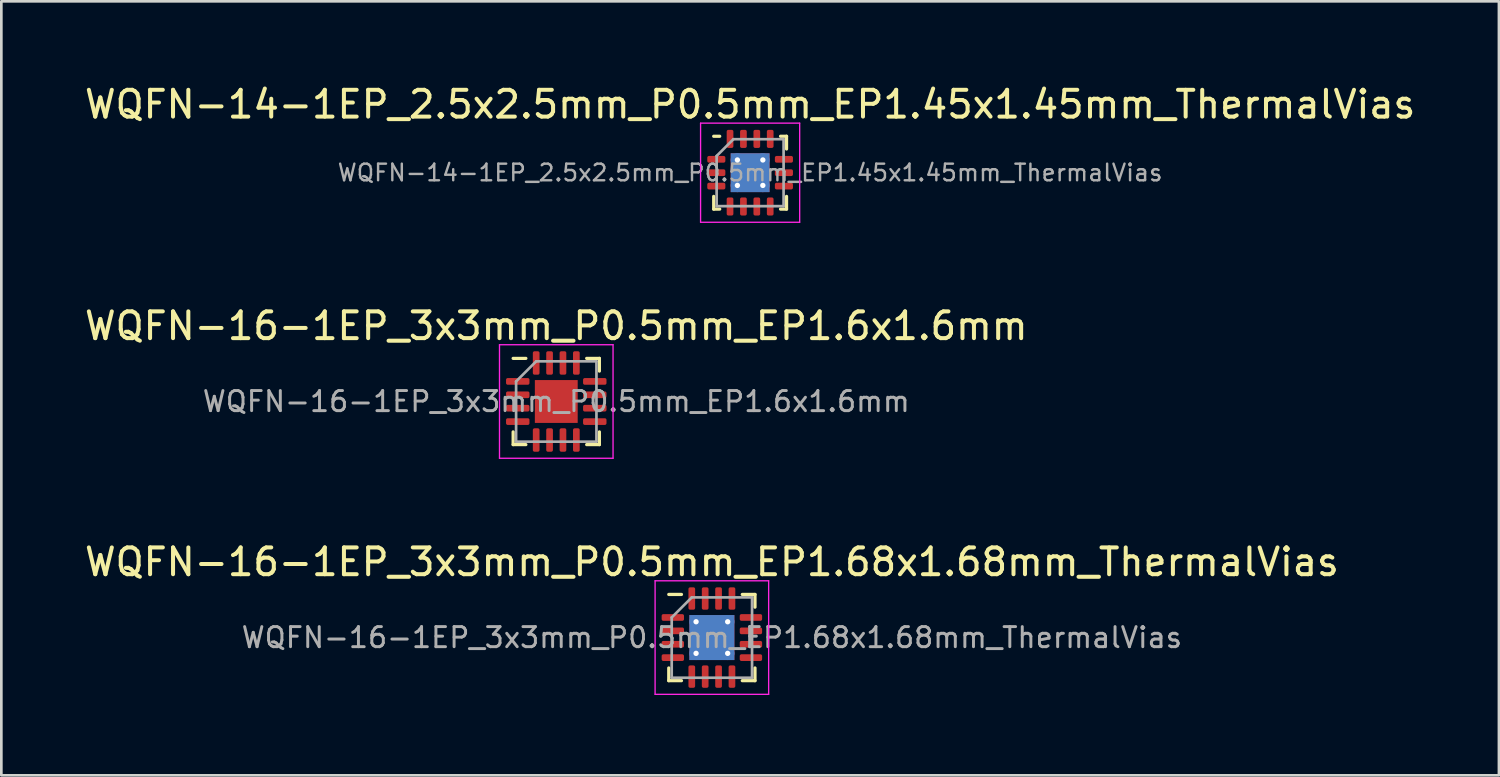
<source format=kicad_pcb>
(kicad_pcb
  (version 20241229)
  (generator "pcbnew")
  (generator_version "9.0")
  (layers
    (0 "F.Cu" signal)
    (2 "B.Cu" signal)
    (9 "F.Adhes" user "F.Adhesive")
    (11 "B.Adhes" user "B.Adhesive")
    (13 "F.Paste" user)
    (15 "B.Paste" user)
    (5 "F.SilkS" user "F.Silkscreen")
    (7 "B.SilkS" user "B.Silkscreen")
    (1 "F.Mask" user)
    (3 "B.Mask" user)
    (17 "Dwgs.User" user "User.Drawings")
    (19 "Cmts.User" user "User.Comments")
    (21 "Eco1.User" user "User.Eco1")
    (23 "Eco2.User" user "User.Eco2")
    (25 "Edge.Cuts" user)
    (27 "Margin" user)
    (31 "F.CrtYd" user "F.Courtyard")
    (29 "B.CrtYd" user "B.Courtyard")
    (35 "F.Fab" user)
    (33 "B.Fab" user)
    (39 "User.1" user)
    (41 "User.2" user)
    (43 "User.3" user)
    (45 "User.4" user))
  (footprint "WQFN-16-1EP_3x3mm_P0.5mm_EP1.68x1.68mm_ThermalVias"
    (layer "F.Cu")
    (at 23.53 20.755)
    (property "Reference" "WQFN-16-1EP_3x3mm_P0.5mm_EP1.68x1.68mm_ThermalVias" (at 0 -2.82 0) (layer "F.SilkS") (effects (font (size 1 1) (thickness 0.15))))
    (attr smd)
    (fp_line (start -1.61 1.61) (end -1.61 1.135) (stroke (width 0.12) (type solid)) (layer "F.SilkS"))
    (fp_line (start -1.135 -1.61) (end -1.61 -1.61) (stroke (width 0.12) (type solid)) (layer "F.SilkS"))
    (fp_line (start -1.135 1.61) (end -1.61 1.61) (stroke (width 0.12) (type solid)) (layer "F.SilkS"))
    (fp_line (start 1.135 -1.61) (end 1.61 -1.61) (stroke (width 0.12) (type solid)) (layer "F.SilkS"))
    (fp_line (start 1.135 1.61) (end 1.61 1.61) (stroke (width 0.12) (type solid)) (layer "F.SilkS"))
    (fp_line (start 1.61 -1.61) (end 1.61 -1.135) (stroke (width 0.12) (type solid)) (layer "F.SilkS"))
    (fp_line (start 1.61 1.61) (end 1.61 1.135) (stroke (width 0.12) (type solid)) (layer "F.SilkS"))
    (fp_line (start -2.12 -2.12) (end -2.12 2.12) (stroke (width 0.05) (type solid)) (layer "F.CrtYd"))
    (fp_line (start -2.12 2.12) (end 2.12 2.12) (stroke (width 0.05) (type solid)) (layer "F.CrtYd"))
    (fp_line (start 2.12 -2.12) (end -2.12 -2.12) (stroke (width 0.05) (type solid)) (layer "F.CrtYd"))
    (fp_line (start 2.12 2.12) (end 2.12 -2.12) (stroke (width 0.05) (type solid)) (layer "F.CrtYd"))
    (fp_line (start -1.5 -0.75) (end -0.75 -1.5) (stroke (width 0.1) (type solid)) (layer "F.Fab"))
    (fp_line (start -1.5 1.5) (end -1.5 -0.75) (stroke (width 0.1) (type solid)) (layer "F.Fab"))
    (fp_line (start -0.75 -1.5) (end 1.5 -1.5) (stroke (width 0.1) (type solid)) (layer "F.Fab"))
    (fp_line (start 1.5 -1.5) (end 1.5 1.5) (stroke (width 0.1) (type solid)) (layer "F.Fab"))
    (fp_line (start 1.5 1.5) (end -1.5 1.5) (stroke (width 0.1) (type solid)) (layer "F.Fab"))
    (fp_text user "${REFERENCE}" (at 0 0 0) (layer "F.Fab") (effects (font (size 0.75 0.75) (thickness 0.11))))
    (pad "" smd roundrect (at -0.42 -0.42) (size 0.73 0.73) (layers "F.Paste") (roundrect_rratio 0.25))
    (pad "" smd roundrect (at -0.42 0.42) (size 0.73 0.73) (layers "F.Paste") (roundrect_rratio 0.25))
    (pad "" smd roundrect (at 0.42 -0.42) (size 0.73 0.73) (layers "F.Paste") (roundrect_rratio 0.25))
    (pad "" smd roundrect (at 0.42 0.42) (size 0.73 0.73) (layers "F.Paste") (roundrect_rratio 0.25))
    (pad "1" smd roundrect (at -1.458 -0.75) (size 0.835 0.25) (layers "F.Cu" "F.Mask" "F.Paste") (roundrect_rratio 0.25))
    (pad "2" smd roundrect (at -1.458 -0.25) (size 0.835 0.25) (layers "F.Cu" "F.Mask" "F.Paste") (roundrect_rratio 0.25))
    (pad "3" smd roundrect (at -1.458 0.25) (size 0.835 0.25) (layers "F.Cu" "F.Mask" "F.Paste") (roundrect_rratio 0.25))
    (pad "4" smd roundrect (at -1.458 0.75) (size 0.835 0.25) (layers "F.Cu" "F.Mask" "F.Paste") (roundrect_rratio 0.25))
    (pad "5" smd roundrect (at -0.75 1.458) (size 0.25 0.835) (layers "F.Cu" "F.Mask" "F.Paste") (roundrect_rratio 0.25))
    (pad "6" smd roundrect (at -0.25 1.458) (size 0.25 0.835) (layers "F.Cu" "F.Mask" "F.Paste") (roundrect_rratio 0.25))
    (pad "7" smd roundrect (at 0.25 1.458) (size 0.25 0.835) (layers "F.Cu" "F.Mask" "F.Paste") (roundrect_rratio 0.25))
    (pad "8" smd roundrect (at 0.75 1.458) (size 0.25 0.835) (layers "F.Cu" "F.Mask" "F.Paste") (roundrect_rratio 0.25))
    (pad "9" smd roundrect (at 1.458 0.75) (size 0.835 0.25) (layers "F.Cu" "F.Mask" "F.Paste") (roundrect_rratio 0.25))
    (pad "10" smd roundrect (at 1.458 0.25) (size 0.835 0.25) (layers "F.Cu" "F.Mask" "F.Paste") (roundrect_rratio 0.25))
    (pad "11" smd roundrect (at 1.458 -0.25) (size 0.835 0.25) (layers "F.Cu" "F.Mask" "F.Paste") (roundrect_rratio 0.25))
    (pad "12" smd roundrect (at 1.458 -0.75) (size 0.835 0.25) (layers "F.Cu" "F.Mask" "F.Paste") (roundrect_rratio 0.25))
    (pad "13" smd roundrect (at 0.75 -1.458) (size 0.25 0.835) (layers "F.Cu" "F.Mask" "F.Paste") (roundrect_rratio 0.25))
    (pad "14" smd roundrect (at 0.25 -1.458) (size 0.25 0.835) (layers "F.Cu" "F.Mask" "F.Paste") (roundrect_rratio 0.25))
    (pad "15" smd roundrect (at -0.25 -1.458) (size 0.25 0.835) (layers "F.Cu" "F.Mask" "F.Paste") (roundrect_rratio 0.25))
    (pad "16" smd roundrect (at -0.75 -1.458) (size 0.25 0.835) (layers "F.Cu" "F.Mask" "F.Paste") (roundrect_rratio 0.25))
    (pad "17" thru_hole circle (at -0.59 -0.59) (size 0.5 0.5) (drill 0.2) (layers "*.Cu"))
    (pad "17" thru_hole circle (at -0.59 0.59) (size 0.5 0.5) (drill 0.2) (layers "*.Cu"))
    (pad "17" smd rect (at 0 0) (size 1.68 1.68) (layers "F.Cu" "F.Mask"))
    (pad "17" smd rect (at 0 0) (size 1.68 1.68) (layers "B.Cu"))
    (pad "17" thru_hole circle (at 0.59 -0.59) (size 0.5 0.5) (drill 0.2) (layers "*.Cu"))
    (pad "17" thru_hole circle (at 0.59 0.59) (size 0.5 0.5) (drill 0.2) (layers "*.Cu")))
  (footprint "WQFN-16-1EP_3x3mm_P0.5mm_EP1.6x1.6mm"
    (layer "F.Cu")
    (at 17.72 11.941)
    (property "Reference" "WQFN-16-1EP_3x3mm_P0.5mm_EP1.6x1.6mm" (at 0 -2.82 0) (layer "F.SilkS") (effects (font (size 1 1) (thickness 0.15))))
    (attr smd)
    (fp_line (start -1.61 1.61) (end -1.61 1.135) (stroke (width 0.12) (type solid)) (layer "F.SilkS"))
    (fp_line (start -1.135 -1.61) (end -1.61 -1.61) (stroke (width 0.12) (type solid)) (layer "F.SilkS"))
    (fp_line (start -1.135 1.61) (end -1.61 1.61) (stroke (width 0.12) (type solid)) (layer "F.SilkS"))
    (fp_line (start 1.135 -1.61) (end 1.61 -1.61) (stroke (width 0.12) (type solid)) (layer "F.SilkS"))
    (fp_line (start 1.135 1.61) (end 1.61 1.61) (stroke (width 0.12) (type solid)) (layer "F.SilkS"))
    (fp_line (start 1.61 -1.61) (end 1.61 -1.135) (stroke (width 0.12) (type solid)) (layer "F.SilkS"))
    (fp_line (start 1.61 1.61) (end 1.61 1.135) (stroke (width 0.12) (type solid)) (layer "F.SilkS"))
    (fp_line (start -2.12 -2.12) (end -2.12 2.12) (stroke (width 0.05) (type solid)) (layer "F.CrtYd"))
    (fp_line (start -2.12 2.12) (end 2.12 2.12) (stroke (width 0.05) (type solid)) (layer "F.CrtYd"))
    (fp_line (start 2.12 -2.12) (end -2.12 -2.12) (stroke (width 0.05) (type solid)) (layer "F.CrtYd"))
    (fp_line (start 2.12 2.12) (end 2.12 -2.12) (stroke (width 0.05) (type solid)) (layer "F.CrtYd"))
    (fp_line (start -1.5 -0.75) (end -0.75 -1.5) (stroke (width 0.1) (type solid)) (layer "F.Fab"))
    (fp_line (start -1.5 1.5) (end -1.5 -0.75) (stroke (width 0.1) (type solid)) (layer "F.Fab"))
    (fp_line (start -0.75 -1.5) (end 1.5 -1.5) (stroke (width 0.1) (type solid)) (layer "F.Fab"))
    (fp_line (start 1.5 -1.5) (end 1.5 1.5) (stroke (width 0.1) (type solid)) (layer "F.Fab"))
    (fp_line (start 1.5 1.5) (end -1.5 1.5) (stroke (width 0.1) (type solid)) (layer "F.Fab"))
    (fp_text user "${REFERENCE}" (at 0 0 0) (layer "F.Fab") (effects (font (size 0.75 0.75) (thickness 0.11))))
    (pad "" smd roundrect (at -0.4 -0.4) (size 0.64 0.64) (layers "F.Paste") (roundrect_rratio 0.25))
    (pad "" smd roundrect (at -0.4 0.4) (size 0.64 0.64) (layers "F.Paste") (roundrect_rratio 0.25))
    (pad "" smd roundrect (at 0.4 -0.4) (size 0.64 0.64) (layers "F.Paste") (roundrect_rratio 0.25))
    (pad "" smd roundrect (at 0.4 0.4) (size 0.64 0.64) (layers "F.Paste") (roundrect_rratio 0.25))
    (pad "1" smd roundrect (at -1.438 -0.75) (size 0.875 0.25) (layers "F.Cu" "F.Mask" "F.Paste") (roundrect_rratio 0.25))
    (pad "2" smd roundrect (at -1.438 -0.25) (size 0.875 0.25) (layers "F.Cu" "F.Mask" "F.Paste") (roundrect_rratio 0.25))
    (pad "3" smd roundrect (at -1.438 0.25) (size 0.875 0.25) (layers "F.Cu" "F.Mask" "F.Paste") (roundrect_rratio 0.25))
    (pad "4" smd roundrect (at -1.438 0.75) (size 0.875 0.25) (layers "F.Cu" "F.Mask" "F.Paste") (roundrect_rratio 0.25))
    (pad "5" smd roundrect (at -0.75 1.438) (size 0.25 0.875) (layers "F.Cu" "F.Mask" "F.Paste") (roundrect_rratio 0.25))
    (pad "6" smd roundrect (at -0.25 1.438) (size 0.25 0.875) (layers "F.Cu" "F.Mask" "F.Paste") (roundrect_rratio 0.25))
    (pad "7" smd roundrect (at 0.25 1.438) (size 0.25 0.875) (layers "F.Cu" "F.Mask" "F.Paste") (roundrect_rratio 0.25))
    (pad "8" smd roundrect (at 0.75 1.438) (size 0.25 0.875) (layers "F.Cu" "F.Mask" "F.Paste") (roundrect_rratio 0.25))
    (pad "9" smd roundrect (at 1.438 0.75) (size 0.875 0.25) (layers "F.Cu" "F.Mask" "F.Paste") (roundrect_rratio 0.25))
    (pad "10" smd roundrect (at 1.438 0.25) (size 0.875 0.25) (layers "F.Cu" "F.Mask" "F.Paste") (roundrect_rratio 0.25))
    (pad "11" smd roundrect (at 1.438 -0.25) (size 0.875 0.25) (layers "F.Cu" "F.Mask" "F.Paste") (roundrect_rratio 0.25))
    (pad "12" smd roundrect (at 1.438 -0.75) (size 0.875 0.25) (layers "F.Cu" "F.Mask" "F.Paste") (roundrect_rratio 0.25))
    (pad "13" smd roundrect (at 0.75 -1.438) (size 0.25 0.875) (layers "F.Cu" "F.Mask" "F.Paste") (roundrect_rratio 0.25))
    (pad "14" smd roundrect (at 0.25 -1.438) (size 0.25 0.875) (layers "F.Cu" "F.Mask" "F.Paste") (roundrect_rratio 0.25))
    (pad "15" smd roundrect (at -0.25 -1.438) (size 0.25 0.875) (layers "F.Cu" "F.Mask" "F.Paste") (roundrect_rratio 0.25))
    (pad "16" smd roundrect (at -0.75 -1.438) (size 0.25 0.875) (layers "F.Cu" "F.Mask" "F.Paste") (roundrect_rratio 0.25))
    (pad "17" smd rect (at 0 0) (size 1.6 1.6) (layers "F.Cu" "F.Mask")))
  (footprint "WQFN-14-1EP_2.5x2.5mm_P0.5mm_EP1.45x1.45mm_ThermalVias"
    (layer "F.Cu")
    (at 24.958 3.398)
    (property "Reference" "WQFN-14-1EP_2.5x2.5mm_P0.5mm_EP1.45x1.45mm_ThermalVias" (at 0 -2.55 0) (layer "F.SilkS") (effects (font (size 1 1) (thickness 0.15))))
    (attr smd)
    (fp_line (start -1.36 1.36) (end -1.36 0.885) (stroke (width 0.12) (type solid)) (layer "F.SilkS"))
    (fp_line (start -1.135 -1.36) (end -1.36 -1.36) (stroke (width 0.12) (type solid)) (layer "F.SilkS"))
    (fp_line (start -1.135 1.36) (end -1.36 1.36) (stroke (width 0.12) (type solid)) (layer "F.SilkS"))
    (fp_line (start 1.135 -1.36) (end 1.36 -1.36) (stroke (width 0.12) (type solid)) (layer "F.SilkS"))
    (fp_line (start 1.135 1.36) (end 1.36 1.36) (stroke (width 0.12) (type solid)) (layer "F.SilkS"))
    (fp_line (start 1.36 -1.36) (end 1.36 -0.885) (stroke (width 0.12) (type solid)) (layer "F.SilkS"))
    (fp_line (start 1.36 1.36) (end 1.36 0.885) (stroke (width 0.12) (type solid)) (layer "F.SilkS"))
    (fp_line (start -1.85 -1.85) (end -1.85 1.85) (stroke (width 0.05) (type solid)) (layer "F.CrtYd"))
    (fp_line (start -1.85 1.85) (end 1.85 1.85) (stroke (width 0.05) (type solid)) (layer "F.CrtYd"))
    (fp_line (start 1.85 -1.85) (end -1.85 -1.85) (stroke (width 0.05) (type solid)) (layer "F.CrtYd"))
    (fp_line (start 1.85 1.85) (end 1.85 -1.85) (stroke (width 0.05) (type solid)) (layer "F.CrtYd"))
    (fp_line (start -1.25 -0.625) (end -0.625 -1.25) (stroke (width 0.1) (type solid)) (layer "F.Fab"))
    (fp_line (start -1.25 1.25) (end -1.25 -0.625) (stroke (width 0.1) (type solid)) (layer "F.Fab"))
    (fp_line (start -0.625 -1.25) (end 1.25 -1.25) (stroke (width 0.1) (type solid)) (layer "F.Fab"))
    (fp_line (start 1.25 -1.25) (end 1.25 1.25) (stroke (width 0.1) (type solid)) (layer "F.Fab"))
    (fp_line (start 1.25 1.25) (end -1.25 1.25) (stroke (width 0.1) (type solid)) (layer "F.Fab"))
    (fp_text user "${REFERENCE}" (at 0 0 0) (layer "F.Fab") (effects (font (size 0.62 0.62) (thickness 0.09))))
    (pad "" smd roundrect (at -0.36 -0.36) (size 0.61 0.61) (layers "F.Paste") (roundrect_rratio 0.25))
    (pad "" smd roundrect (at -0.36 0.36) (size 0.61 0.61) (layers "F.Paste") (roundrect_rratio 0.25))
    (pad "" smd roundrect (at 0.36 -0.36) (size 0.61 0.61) (layers "F.Paste") (roundrect_rratio 0.25))
    (pad "" smd roundrect (at 0.36 0.36) (size 0.61 0.61) (layers "F.Paste") (roundrect_rratio 0.25))
    (pad "1" smd roundrect (at -1.262 -0.5) (size 0.675 0.25) (layers "F.Cu" "F.Mask" "F.Paste") (roundrect_rratio 0.25))
    (pad "2" smd roundrect (at -1.262 0) (size 0.675 0.25) (layers "F.Cu" "F.Mask" "F.Paste") (roundrect_rratio 0.25))
    (pad "3" smd roundrect (at -1.262 0.5) (size 0.675 0.25) (layers "F.Cu" "F.Mask" "F.Paste") (roundrect_rratio 0.25))
    (pad "4" smd roundrect (at -0.75 1.262) (size 0.25 0.675) (layers "F.Cu" "F.Mask" "F.Paste") (roundrect_rratio 0.25))
    (pad "5" smd roundrect (at -0.25 1.262) (size 0.25 0.675) (layers "F.Cu" "F.Mask" "F.Paste") (roundrect_rratio 0.25))
    (pad "6" smd roundrect (at 0.25 1.262) (size 0.25 0.675) (layers "F.Cu" "F.Mask" "F.Paste") (roundrect_rratio 0.25))
    (pad "7" smd roundrect (at 0.75 1.262) (size 0.25 0.675) (layers "F.Cu" "F.Mask" "F.Paste") (roundrect_rratio 0.25))
    (pad "8" smd roundrect (at 1.262 0.5) (size 0.675 0.25) (layers "F.Cu" "F.Mask" "F.Paste") (roundrect_rratio 0.25))
    (pad "9" smd roundrect (at 1.262 0) (size 0.675 0.25) (layers "F.Cu" "F.Mask" "F.Paste") (roundrect_rratio 0.25))
    (pad "10" smd roundrect (at 1.262 -0.5) (size 0.675 0.25) (layers "F.Cu" "F.Mask" "F.Paste") (roundrect_rratio 0.25))
    (pad "11" smd roundrect (at 0.75 -1.262) (size 0.25 0.675) (layers "F.Cu" "F.Mask" "F.Paste") (roundrect_rratio 0.25))
    (pad "12" smd roundrect (at 0.25 -1.262) (size 0.25 0.675) (layers "F.Cu" "F.Mask" "F.Paste") (roundrect_rratio 0.25))
    (pad "13" smd roundrect (at -0.25 -1.262) (size 0.25 0.675) (layers "F.Cu" "F.Mask" "F.Paste") (roundrect_rratio 0.25))
    (pad "14" smd roundrect (at -0.75 -1.262) (size 0.25 0.675) (layers "F.Cu" "F.Mask" "F.Paste") (roundrect_rratio 0.25))
    (pad "15" thru_hole circle (at -0.475 -0.475) (size 0.5 0.5) (drill 0.2) (layers "*.Cu"))
    (pad "15" thru_hole circle (at -0.475 0.475) (size 0.5 0.5) (drill 0.2) (layers "*.Cu"))
    (pad "15" smd rect (at 0 0) (size 1.45 1.45) (layers "F.Cu" "F.Mask"))
    (pad "15" smd rect (at 0 0) (size 1.45 1.45) (layers "B.Cu"))
    (pad "15" thru_hole circle (at 0.475 -0.475) (size 0.5 0.5) (drill 0.2) (layers "*.Cu"))
    (pad "15" thru_hole circle (at 0.475 0.475) (size 0.5 0.5) (drill 0.2) (layers "*.Cu")))
  (gr_rect
    (start -3 -3)
    (end 52.917 25.9)
    (stroke (width 0.1) (type default))
    (fill no)
    (layer "Edge.Cuts")))
</source>
